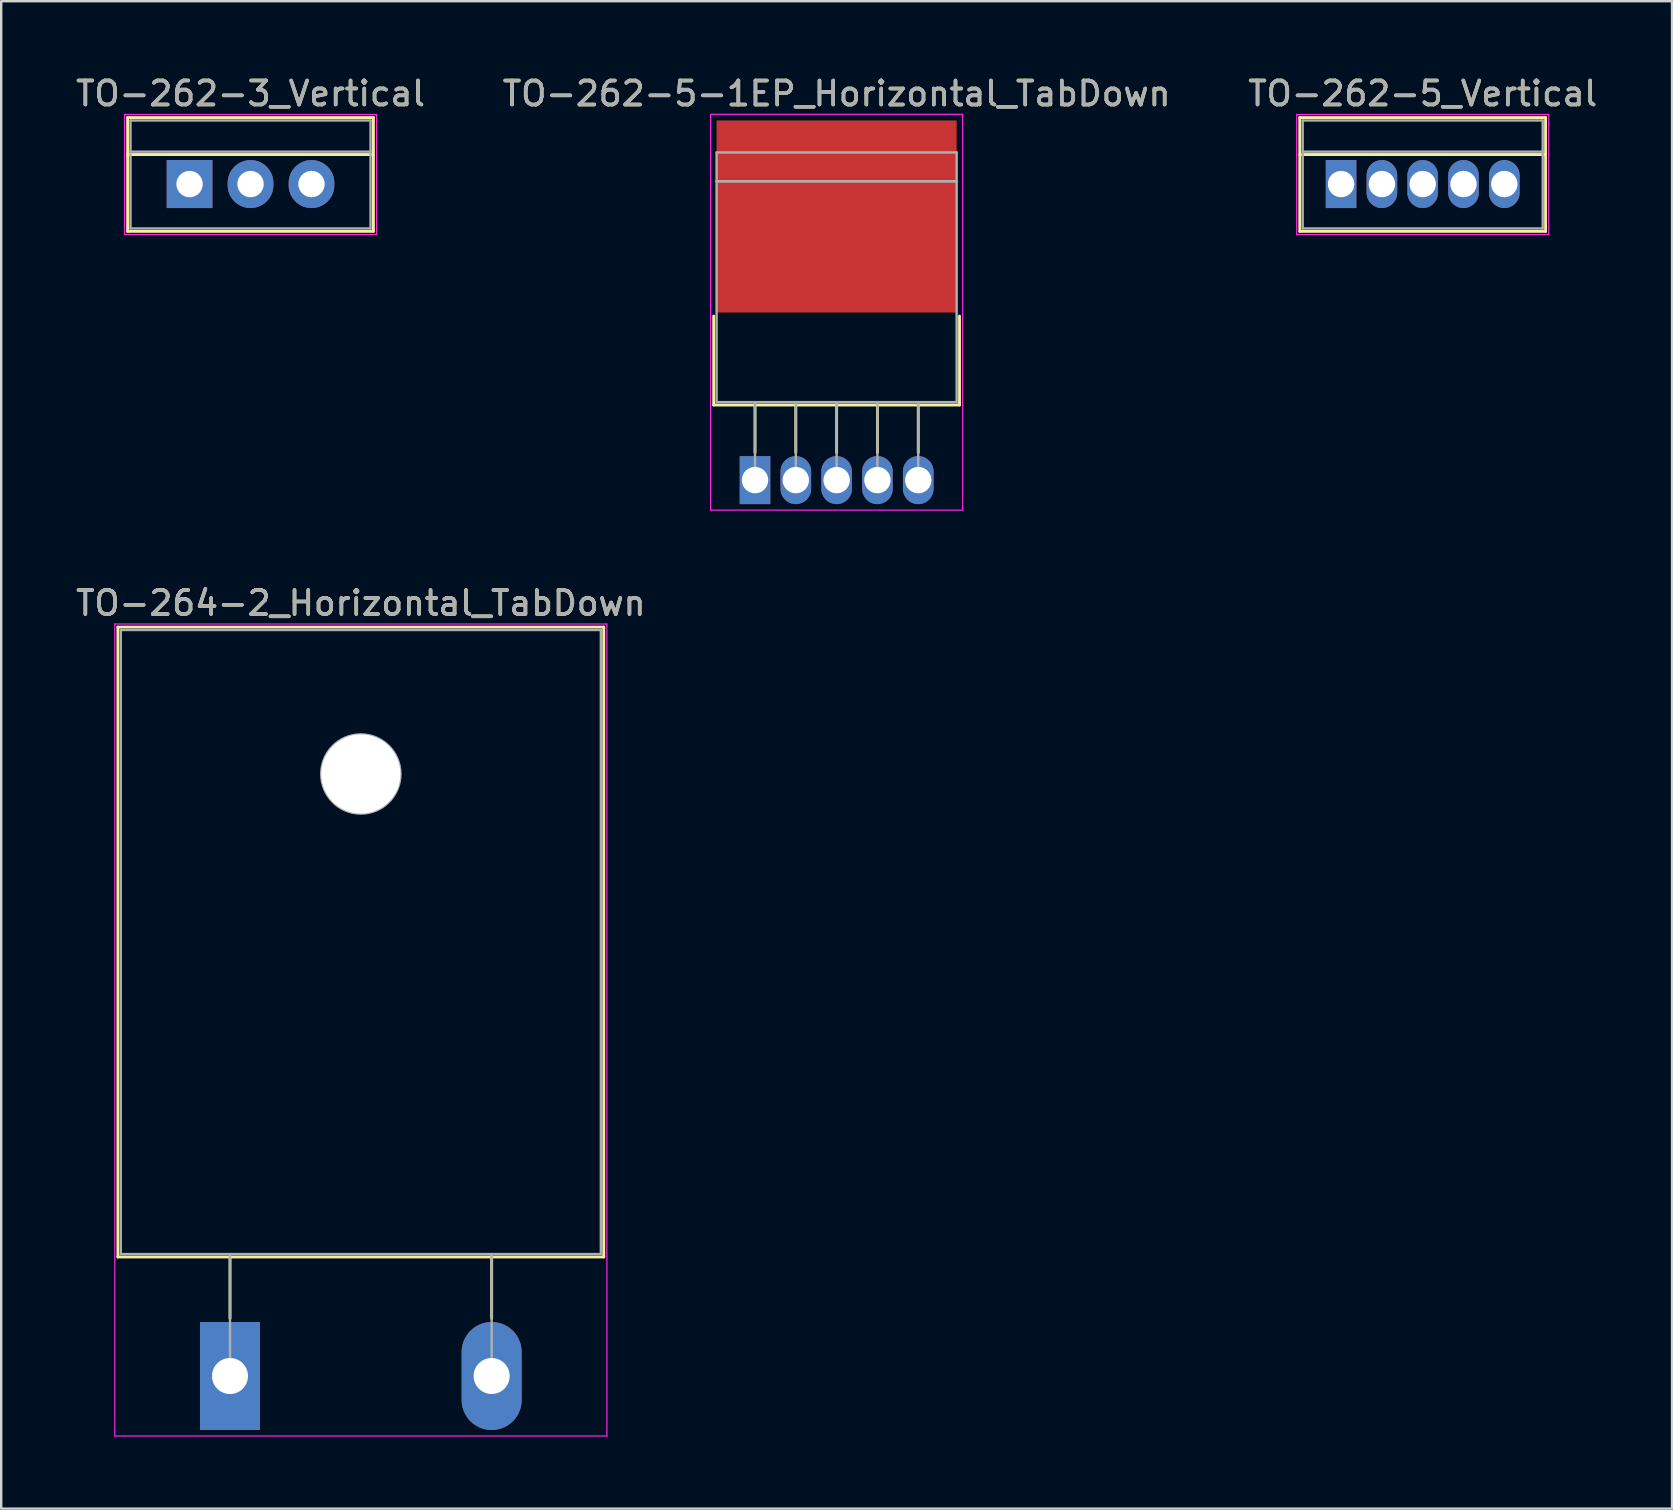
<source format=kicad_pcb>
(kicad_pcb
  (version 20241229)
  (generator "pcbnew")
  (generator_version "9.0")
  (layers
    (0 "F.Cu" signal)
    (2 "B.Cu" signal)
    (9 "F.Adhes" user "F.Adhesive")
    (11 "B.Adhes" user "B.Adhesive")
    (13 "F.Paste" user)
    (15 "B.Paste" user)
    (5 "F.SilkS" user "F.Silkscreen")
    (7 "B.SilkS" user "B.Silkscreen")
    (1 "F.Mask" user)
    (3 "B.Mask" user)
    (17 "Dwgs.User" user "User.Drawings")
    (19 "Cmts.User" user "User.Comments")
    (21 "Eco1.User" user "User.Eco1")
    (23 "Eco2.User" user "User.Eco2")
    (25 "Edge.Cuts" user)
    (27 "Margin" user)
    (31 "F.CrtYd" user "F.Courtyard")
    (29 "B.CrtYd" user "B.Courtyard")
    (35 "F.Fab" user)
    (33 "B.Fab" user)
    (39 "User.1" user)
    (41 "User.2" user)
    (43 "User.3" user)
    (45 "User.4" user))
  (footprint "TO-262-3_Vertical"
    (layer "F.Cu")
    (at 4.847 4.618)
    (property "Reference" "TO-262-3_Vertical" (at 2.54 -3.77 0) (layer "F.SilkS") (effects (font (size 1 1) (thickness 0.15))))
    (attr through_hole)
    (fp_line (start -2.58 -2.77) (end -2.58 1.971) (stroke (width 0.12) (type solid)) (layer "F.SilkS"))
    (fp_line (start -2.58 -2.77) (end 7.66 -2.77) (stroke (width 0.12) (type solid)) (layer "F.SilkS"))
    (fp_line (start -2.58 -1.23) (end 7.66 -1.23) (stroke (width 0.12) (type solid)) (layer "F.SilkS"))
    (fp_line (start -2.58 1.971) (end 7.66 1.971) (stroke (width 0.12) (type solid)) (layer "F.SilkS"))
    (fp_line (start 7.66 -2.77) (end 7.66 1.971) (stroke (width 0.12) (type solid)) (layer "F.SilkS"))
    (fp_line (start -2.71 -2.9) (end -2.71 2.1) (stroke (width 0.05) (type solid)) (layer "F.CrtYd"))
    (fp_line (start -2.71 2.1) (end 7.79 2.1) (stroke (width 0.05) (type solid)) (layer "F.CrtYd"))
    (fp_line (start 7.79 -2.9) (end -2.71 -2.9) (stroke (width 0.05) (type solid)) (layer "F.CrtYd"))
    (fp_line (start 7.79 2.1) (end 7.79 -2.9) (stroke (width 0.05) (type solid)) (layer "F.CrtYd"))
    (fp_line (start -2.46 -2.65) (end -2.46 1.85) (stroke (width 0.1) (type solid)) (layer "F.Fab"))
    (fp_line (start -2.46 -1.35) (end 7.54 -1.35) (stroke (width 0.1) (type solid)) (layer "F.Fab"))
    (fp_line (start -2.46 1.85) (end 7.54 1.85) (stroke (width 0.1) (type solid)) (layer "F.Fab"))
    (fp_line (start 7.54 -2.65) (end -2.46 -2.65) (stroke (width 0.1) (type solid)) (layer "F.Fab"))
    (fp_line (start 7.54 1.85) (end 7.54 -2.65) (stroke (width 0.1) (type solid)) (layer "F.Fab"))
    (fp_text user "${REFERENCE}" (at 2.54 -3.77 0) (layer "F.Fab") (effects (font (size 1 1) (thickness 0.15))))
    (pad "1" thru_hole rect (at 0 0) (size 1.905 2) (drill 1.1) (layers "*.Cu" "*.Mask"))
    (pad "2" thru_hole oval (at 2.54 0) (size 1.905 2) (drill 1.1) (layers "*.Cu" "*.Mask"))
    (pad "3" thru_hole oval (at 5.08 0) (size 1.905 2) (drill 1.1) (layers "*.Cu" "*.Mask")))
  (footprint "TO-262-5_Vertical"
    (layer "F.Cu")
    (at 52.82 4.618)
    (property "Reference" "TO-262-5_Vertical" (at 3.4 -3.77 0) (layer "F.SilkS") (effects (font (size 1 1) (thickness 0.15))))
    (attr through_hole)
    (fp_line (start -1.721 -2.77) (end -1.721 1.971) (stroke (width 0.12) (type solid)) (layer "F.SilkS"))
    (fp_line (start -1.721 -2.77) (end 8.52 -2.77) (stroke (width 0.12) (type solid)) (layer "F.SilkS"))
    (fp_line (start -1.721 -1.23) (end 8.52 -1.23) (stroke (width 0.12) (type solid)) (layer "F.SilkS"))
    (fp_line (start -1.721 1.971) (end 8.52 1.971) (stroke (width 0.12) (type solid)) (layer "F.SilkS"))
    (fp_line (start 8.52 -2.77) (end 8.52 1.971) (stroke (width 0.12) (type solid)) (layer "F.SilkS"))
    (fp_line (start -1.85 -2.9) (end -1.85 2.1) (stroke (width 0.05) (type solid)) (layer "F.CrtYd"))
    (fp_line (start -1.85 2.1) (end 8.65 2.1) (stroke (width 0.05) (type solid)) (layer "F.CrtYd"))
    (fp_line (start 8.65 -2.9) (end -1.85 -2.9) (stroke (width 0.05) (type solid)) (layer "F.CrtYd"))
    (fp_line (start 8.65 2.1) (end 8.65 -2.9) (stroke (width 0.05) (type solid)) (layer "F.CrtYd"))
    (fp_line (start -1.6 -2.65) (end -1.6 1.85) (stroke (width 0.1) (type solid)) (layer "F.Fab"))
    (fp_line (start -1.6 -1.35) (end 8.4 -1.35) (stroke (width 0.1) (type solid)) (layer "F.Fab"))
    (fp_line (start -1.6 1.85) (end 8.4 1.85) (stroke (width 0.1) (type solid)) (layer "F.Fab"))
    (fp_line (start 8.4 -2.65) (end -1.6 -2.65) (stroke (width 0.1) (type solid)) (layer "F.Fab"))
    (fp_line (start 8.4 1.85) (end 8.4 -2.65) (stroke (width 0.1) (type solid)) (layer "F.Fab"))
    (fp_text user "${REFERENCE}" (at 3.4 -3.77 0) (layer "F.Fab") (effects (font (size 1 1) (thickness 0.15))))
    (pad "1" thru_hole rect (at 0 0) (size 1.275 2) (drill 1.1) (layers "*.Cu" "*.Mask"))
    (pad "2" thru_hole oval (at 1.7 0) (size 1.275 2) (drill 1.1) (layers "*.Cu" "*.Mask"))
    (pad "3" thru_hole oval (at 3.4 0) (size 1.275 2) (drill 1.1) (layers "*.Cu" "*.Mask"))
    (pad "4" thru_hole oval (at 5.1 0) (size 1.275 2) (drill 1.1) (layers "*.Cu" "*.Mask"))
    (pad "5" thru_hole oval (at 6.8 0) (size 1.275 2) (drill 1.1) (layers "*.Cu" "*.Mask")))
  (footprint "TO-264-2_Horizontal_TabDown"
    (layer "F.Cu")
    (at 6.532 54.275)
    (property "Reference" "TO-264-2_Horizontal_TabDown" (at 5.45 -32.2 0) (layer "F.SilkS") (effects (font (size 1 1) (thickness 0.15))))
    (attr through_hole)
    (fp_line (start -4.67 -31.2) (end -4.67 -4.96) (stroke (width 0.12) (type solid)) (layer "F.SilkS"))
    (fp_line (start -4.67 -31.2) (end 15.57 -31.2) (stroke (width 0.12) (type solid)) (layer "F.SilkS"))
    (fp_line (start -4.67 -4.96) (end 15.57 -4.96) (stroke (width 0.12) (type solid)) (layer "F.SilkS"))
    (fp_line (start 0 -4.96) (end 0 -2.4) (stroke (width 0.12) (type solid)) (layer "F.SilkS"))
    (fp_line (start 10.9 -4.96) (end 10.9 -2.4) (stroke (width 0.12) (type solid)) (layer "F.SilkS"))
    (fp_line (start 15.57 -31.2) (end 15.57 -4.96) (stroke (width 0.12) (type solid)) (layer "F.SilkS"))
    (fp_line (start -4.8 -31.33) (end -4.8 2.5) (stroke (width 0.05) (type solid)) (layer "F.CrtYd"))
    (fp_line (start -4.8 2.5) (end 15.7 2.5) (stroke (width 0.05) (type solid)) (layer "F.CrtYd"))
    (fp_line (start 15.7 -31.33) (end -4.8 -31.33) (stroke (width 0.05) (type solid)) (layer "F.CrtYd"))
    (fp_line (start 15.7 2.5) (end 15.7 -31.33) (stroke (width 0.05) (type solid)) (layer "F.CrtYd"))
    (fp_line (start -4.55 -31.08) (end 15.45 -31.08) (stroke (width 0.1) (type solid)) (layer "F.Fab"))
    (fp_line (start -4.55 -5.08) (end -4.55 -31.08) (stroke (width 0.1) (type solid)) (layer "F.Fab"))
    (fp_line (start 0 -5.08) (end 0 0) (stroke (width 0.1) (type solid)) (layer "F.Fab"))
    (fp_line (start 10.9 -5.08) (end 10.9 0) (stroke (width 0.1) (type solid)) (layer "F.Fab"))
    (fp_line (start 15.45 -31.08) (end 15.45 -5.08) (stroke (width 0.1) (type solid)) (layer "F.Fab"))
    (fp_line (start 15.45 -5.08) (end -4.55 -5.08) (stroke (width 0.1) (type solid)) (layer "F.Fab"))
    (fp_circle (center 5.45 -25.08) (end 7.1 -25.08) (stroke (width 0.1) (type solid)) (fill no) (layer "F.Fab"))
    (fp_text user "${REFERENCE}" (at 5.45 -32.2 0) (layer "F.Fab") (effects (font (size 1 1) (thickness 0.15))))
    (pad "" np_thru_hole oval (at 5.45 -25.08) (size 3.3 3.3) (drill 3.3) (layers "*.Cu" "*.Mask"))
    (pad "1" thru_hole rect (at 0 0) (size 2.5 4.5) (drill 1.5) (layers "*.Cu" "*.Mask"))
    (pad "2" thru_hole oval (at 10.9 0) (size 2.5 4.5) (drill 1.5) (layers "*.Cu" "*.Mask")))
  (footprint "TO-262-5-1EP_Horizontal_TabDown"
    (layer "F.Cu")
    (at 28.404 16.952)
    (property "Reference" "TO-262-5-1EP_Horizontal_TabDown" (at 3.4 -16.103 0) (layer "F.SilkS") (effects (font (size 1 1) (thickness 0.15))))
    (attr through_hole)
    (fp_line (start -1.721 -6.834) (end -1.721 -3.13) (stroke (width 0.12) (type solid)) (layer "F.SilkS"))
    (fp_line (start -1.721 -3.13) (end 8.52 -3.13) (stroke (width 0.12) (type solid)) (layer "F.SilkS"))
    (fp_line (start 0 -3.13) (end 0 -1.15) (stroke (width 0.12) (type solid)) (layer "F.SilkS"))
    (fp_line (start 1.7 -3.13) (end 1.7 -1.15) (stroke (width 0.12) (type solid)) (layer "F.SilkS"))
    (fp_line (start 3.4 -3.13) (end 3.4 -1.15) (stroke (width 0.12) (type solid)) (layer "F.SilkS"))
    (fp_line (start 5.1 -3.13) (end 5.1 -1.15) (stroke (width 0.12) (type solid)) (layer "F.SilkS"))
    (fp_line (start 6.8 -3.13) (end 6.8 -1.15) (stroke (width 0.12) (type solid)) (layer "F.SilkS"))
    (fp_line (start 8.52 -6.834) (end 8.52 -3.13) (stroke (width 0.12) (type solid)) (layer "F.SilkS"))
    (fp_line (start -1.85 -15.24) (end -1.85 1.25) (stroke (width 0.05) (type solid)) (layer "F.CrtYd"))
    (fp_line (start -1.85 1.25) (end 8.65 1.25) (stroke (width 0.05) (type solid)) (layer "F.CrtYd"))
    (fp_line (start 8.65 -15.24) (end -1.85 -15.24) (stroke (width 0.05) (type solid)) (layer "F.CrtYd"))
    (fp_line (start 8.65 1.25) (end 8.65 -15.24) (stroke (width 0.05) (type solid)) (layer "F.CrtYd"))
    (fp_line (start -1.6 -13.65) (end 8.4 -13.65) (stroke (width 0.1) (type solid)) (layer "F.Fab"))
    (fp_line (start -1.6 -12.45) (end -1.6 -13.65) (stroke (width 0.1) (type solid)) (layer "F.Fab"))
    (fp_line (start -1.6 -12.45) (end 8.4 -12.45) (stroke (width 0.1) (type solid)) (layer "F.Fab"))
    (fp_line (start -1.6 -3.25) (end -1.6 -12.45) (stroke (width 0.1) (type solid)) (layer "F.Fab"))
    (fp_line (start 0 -3.25) (end 0 0) (stroke (width 0.1) (type solid)) (layer "F.Fab"))
    (fp_line (start 1.7 -3.25) (end 1.7 0) (stroke (width 0.1) (type solid)) (layer "F.Fab"))
    (fp_line (start 3.4 -3.25) (end 3.4 0) (stroke (width 0.1) (type solid)) (layer "F.Fab"))
    (fp_line (start 5.1 -3.25) (end 5.1 0) (stroke (width 0.1) (type solid)) (layer "F.Fab"))
    (fp_line (start 6.8 -3.25) (end 6.8 0) (stroke (width 0.1) (type solid)) (layer "F.Fab"))
    (fp_line (start 8.4 -13.65) (end 8.4 -12.45) (stroke (width 0.1) (type solid)) (layer "F.Fab"))
    (fp_line (start 8.4 -12.45) (end -1.6 -12.45) (stroke (width 0.1) (type solid)) (layer "F.Fab"))
    (fp_line (start 8.4 -12.45) (end 8.4 -3.25) (stroke (width 0.1) (type solid)) (layer "F.Fab"))
    (fp_line (start 8.4 -3.25) (end -1.6 -3.25) (stroke (width 0.1) (type solid)) (layer "F.Fab"))
    (fp_text user "${REFERENCE}" (at 3.4 -16.103 0) (layer "F.Fab") (effects (font (size 1 1) (thickness 0.15))))
    (pad "1" thru_hole rect (at 0 0) (size 1.275 2) (drill 1.1) (layers "*.Cu" "*.Mask"))
    (pad "2" thru_hole oval (at 1.7 0) (size 1.275 2) (drill 1.1) (layers "*.Cu" "*.Mask"))
    (pad "3" thru_hole oval (at 3.4 0) (size 1.275 2) (drill 1.1) (layers "*.Cu" "*.Mask"))
    (pad "4" thru_hole oval (at 5.1 0) (size 1.275 2) (drill 1.1) (layers "*.Cu" "*.Mask"))
    (pad "5" thru_hole oval (at 6.8 0) (size 1.275 2) (drill 1.1) (layers "*.Cu" "*.Mask"))
    (pad "6" smd rect (at 3.4 -10.983) (size 10 8) (layers "F.Cu" "F.Mask" "F.Paste")))
  (gr_rect
    (start -3 -3)
    (end 66.607 59.8)
    (stroke (width 0.1) (type default))
    (fill no)
    (layer "Edge.Cuts")))
</source>
